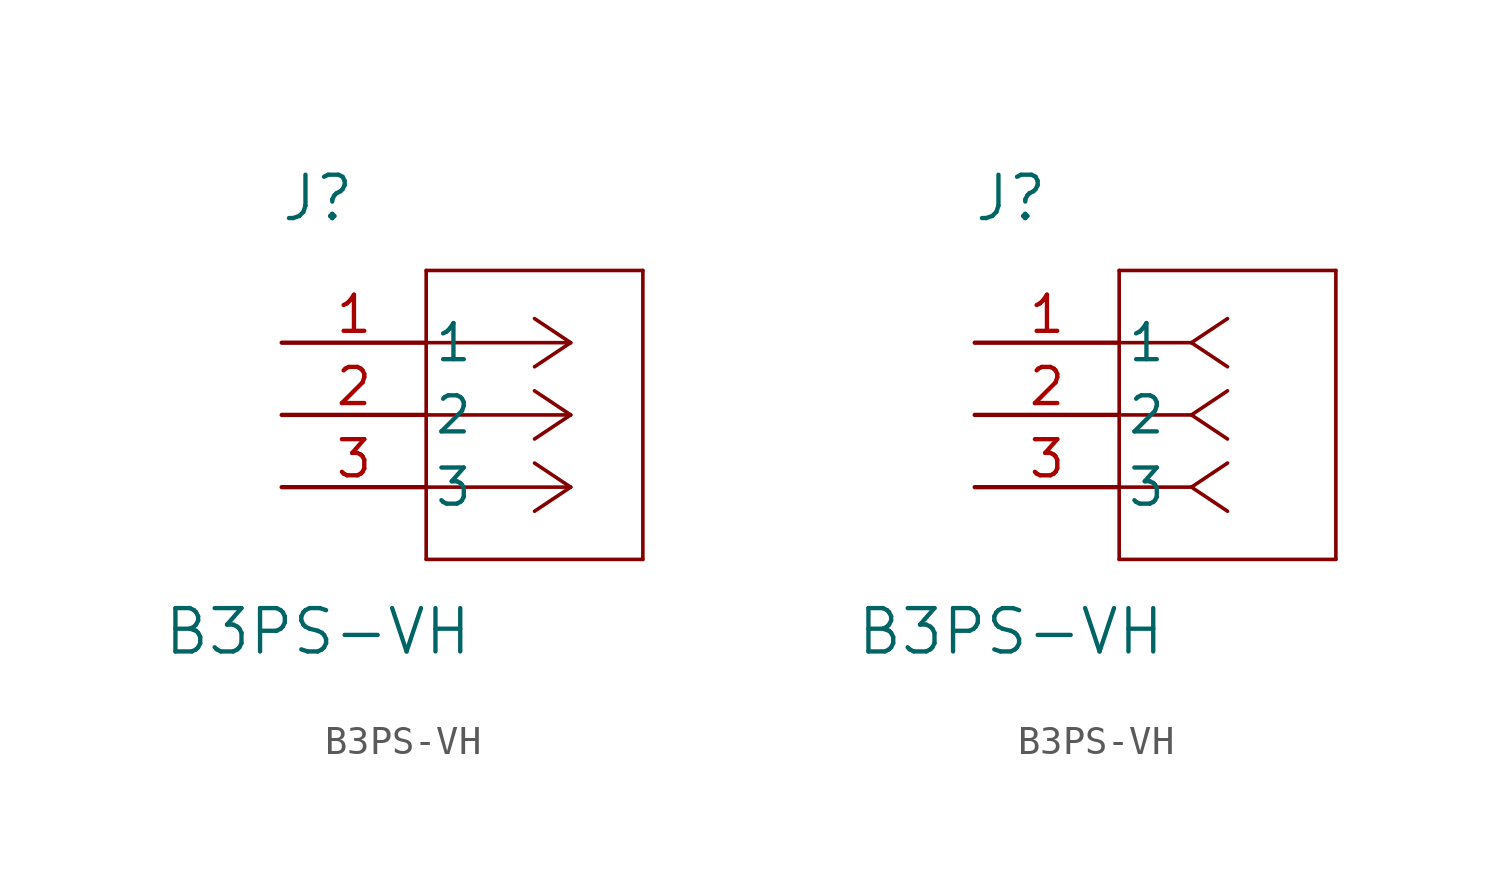
<source format=kicad_sym>
(kicad_symbol_lib
  (version 20220914)
  (generator kicad_symbol_editor)
  (symbol "B3PS-VH"
    (pin_names
      (offset 0.254))
    (property "Reference" "J"
      (at 1.27 5.08 0)
      (effects (font (size 1.524 1.524))))
    (property "Value" "B3PS-VH"
      (at 1.27 -10.16 0)
      (effects (font (size 1.524 1.524))))
    (symbol "B3PS-VH_1_1"
      (polyline (pts (xy 5.08 -7.62) (xy 12.7 -7.62)) (stroke (width 0.127) (type default)) (fill (type none)))
      (polyline (pts (xy 5.08 2.54) (xy 5.08 -7.62)) (stroke (width 0.127) (type default)) (fill (type none)))
      (polyline (pts (xy 10.16 -5.08) (xy 5.08 -5.08)) (stroke (width 0.127) (type default)) (fill (type none)))
      (polyline (pts (xy 10.16 -5.08) (xy 8.89 -5.927)) (stroke (width 0.127) (type default)) (fill (type none)))
      (polyline (pts (xy 10.16 -5.08) (xy 8.89 -4.233)) (stroke (width 0.127) (type default)) (fill (type none)))
      (polyline (pts (xy 10.16 -2.54) (xy 5.08 -2.54)) (stroke (width 0.127) (type default)) (fill (type none)))
      (polyline (pts (xy 10.16 -2.54) (xy 8.89 -3.387)) (stroke (width 0.127) (type default)) (fill (type none)))
      (polyline (pts (xy 10.16 -2.54) (xy 8.89 -1.693)) (stroke (width 0.127) (type default)) (fill (type none)))
      (polyline (pts (xy 10.16 0) (xy 5.08 0)) (stroke (width 0.127) (type default)) (fill (type none)))
      (polyline (pts (xy 10.16 0) (xy 8.89 -0.847)) (stroke (width 0.127) (type default)) (fill (type none)))
      (polyline (pts (xy 10.16 0) (xy 8.89 0.847)) (stroke (width 0.127) (type default)) (fill (type none)))
      (polyline (pts (xy 12.7 -7.62) (xy 12.7 2.54)) (stroke (width 0.127) (type default)) (fill (type none)))
      (polyline (pts (xy 12.7 2.54) (xy 5.08 2.54)) (stroke (width 0.127) (type default)) (fill (type none)))
      (pin unspecified line (at 0 0 0) (length 5.08) (name "1" (effects (font (size 1.27 1.27)))) (number "1" (effects (font (size 1.27 1.27)))))
      (pin unspecified line (at 0 -2.54 0) (length 5.08) (name "2" (effects (font (size 1.27 1.27)))) (number "2" (effects (font (size 1.27 1.27)))))
      (pin unspecified line (at 0 -5.08 0) (length 5.08) (name "3" (effects (font (size 1.27 1.27)))) (number "3" (effects (font (size 1.27 1.27))))))
    (symbol "B3PS-VH_1_2"
      (polyline (pts (xy 5.08 -7.62) (xy 12.7 -7.62)) (stroke (width 0.127) (type default)) (fill (type none)))
      (polyline (pts (xy 5.08 2.54) (xy 5.08 -7.62)) (stroke (width 0.127) (type default)) (fill (type none)))
      (polyline (pts (xy 7.62 -5.08) (xy 5.08 -5.08)) (stroke (width 0.127) (type default)) (fill (type none)))
      (polyline (pts (xy 7.62 -5.08) (xy 8.89 -5.927)) (stroke (width 0.127) (type default)) (fill (type none)))
      (polyline (pts (xy 7.62 -5.08) (xy 8.89 -4.233)) (stroke (width 0.127) (type default)) (fill (type none)))
      (polyline (pts (xy 7.62 -2.54) (xy 5.08 -2.54)) (stroke (width 0.127) (type default)) (fill (type none)))
      (polyline (pts (xy 7.62 -2.54) (xy 8.89 -3.387)) (stroke (width 0.127) (type default)) (fill (type none)))
      (polyline (pts (xy 7.62 -2.54) (xy 8.89 -1.693)) (stroke (width 0.127) (type default)) (fill (type none)))
      (polyline (pts (xy 7.62 0) (xy 5.08 0)) (stroke (width 0.127) (type default)) (fill (type none)))
      (polyline (pts (xy 7.62 0) (xy 8.89 -0.847)) (stroke (width 0.127) (type default)) (fill (type none)))
      (polyline (pts (xy 7.62 0) (xy 8.89 0.847)) (stroke (width 0.127) (type default)) (fill (type none)))
      (polyline (pts (xy 12.7 -7.62) (xy 12.7 2.54)) (stroke (width 0.127) (type default)) (fill (type none)))
      (polyline (pts (xy 12.7 2.54) (xy 5.08 2.54)) (stroke (width 0.127) (type default)) (fill (type none)))
      (pin unspecified line (at 0 0 0) (length 5.08) (name "1" (effects (font (size 1.27 1.27)))) (number "1" (effects (font (size 1.27 1.27)))))
      (pin unspecified line (at 0 -2.54 0) (length 5.08) (name "2" (effects (font (size 1.27 1.27)))) (number "2" (effects (font (size 1.27 1.27)))))
      (pin unspecified line (at 0 -5.08 0) (length 5.08) (name "3" (effects (font (size 1.27 1.27)))) (number "3" (effects (font (size 1.27 1.27))))))))
</source>
